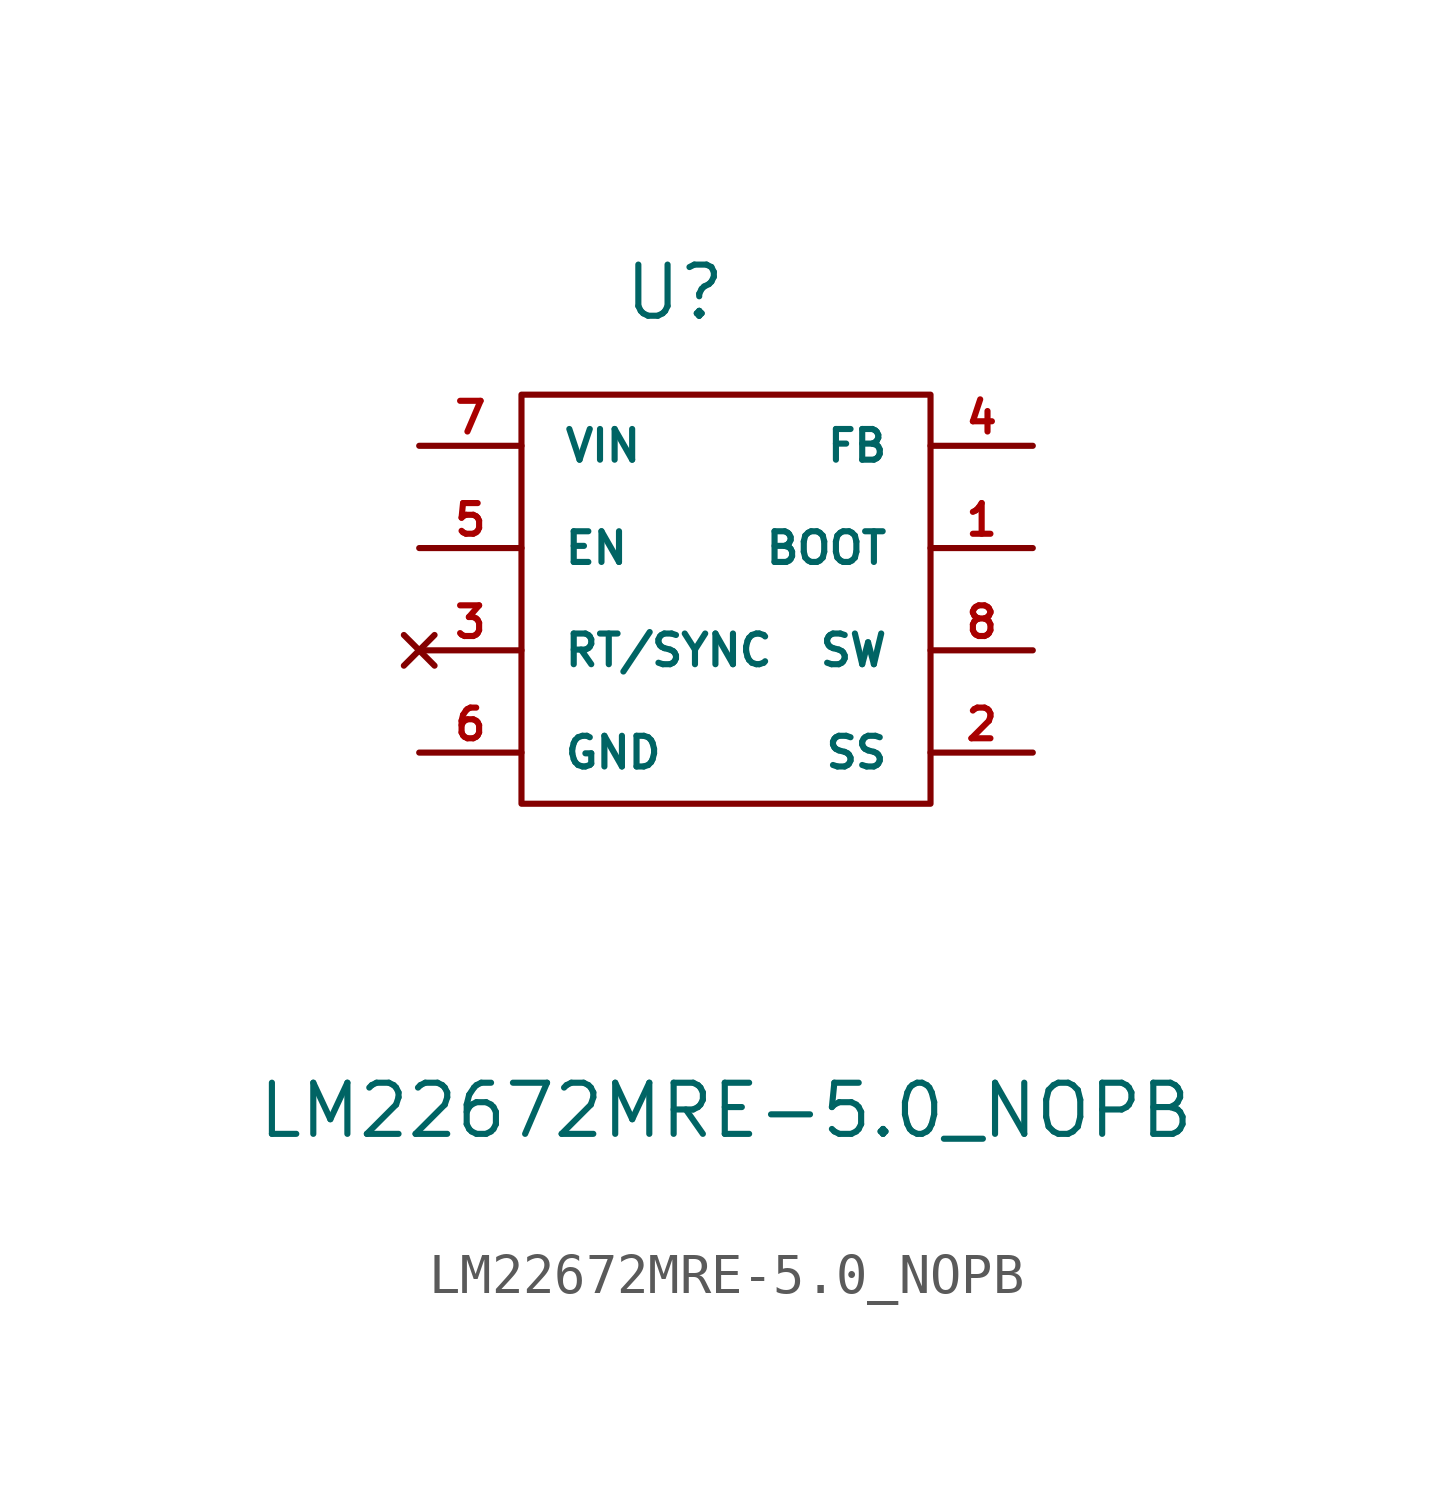
<source format=kicad_sym>
(kicad_symbol_lib
  (version 20211014)
  (generator kicad_symbol_editor)
  (symbol "LM22672MRE-5.0_NOPB"
    (pin_names
      (offset 1.016))
    (property "Reference" "U"
      (at -1.27 8.89 0)
      (effects (font (size 1.27 1.27))))
    (property "Value" "LM22672MRE-5.0_NOPB"
      (at 0 -11.43 0)
      (effects (font (size 1.27 1.27))))
    (symbol "LM22672MRE-5.0_NOPB_0_1"
      (rectangle (start -5.08 6.35) (end 5.08 -3.81) (stroke (width 0) (type default) (color 0 0 0 0)) (fill (type none))))
    (symbol "LM22672MRE-5.0_NOPB_1_1"
      (pin input line (at 7.62 2.54 180) (length 2.54) (name "BOOT" (effects (font (size 0.762 0.762)))) (number "1" (effects (font (size 0.762 0.762)))))
      (pin input line (at 7.62 -2.54 180) (length 2.54) (name "SS" (effects (font (size 0.762 0.762)))) (number "2" (effects (font (size 0.762 0.762)))))
      (pin no_connect line (at -7.62 0 0) (length 2.54) (name "RT/SYNC" (effects (font (size 0.762 0.762)))) (number "3" (effects (font (size 0.762 0.762)))))
      (pin input line (at 7.62 5.08 180) (length 2.54) (name "FB" (effects (font (size 0.762 0.762)))) (number "4" (effects (font (size 0.762 0.762)))))
      (pin input line (at -7.62 2.54 0) (length 2.54) (name "EN" (effects (font (size 0.762 0.762)))) (number "5" (effects (font (size 0.762 0.762)))))
      (pin input line (at -7.62 -2.54 0) (length 2.54) (name "GND" (effects (font (size 0.762 0.762)))) (number "6" (effects (font (size 0.762 0.762)))))
      (pin input line (at -7.62 5.08 0) (length 2.54) (name "VIN" (effects (font (size 0.762 0.762)))) (number "7" (effects (font (size 0.762 0.762)))))
      (pin output line (at 7.62 0 180) (length 2.54) (name "SW" (effects (font (size 0.762 0.762)))) (number "8" (effects (font (size 0.762 0.762))))))))
</source>
